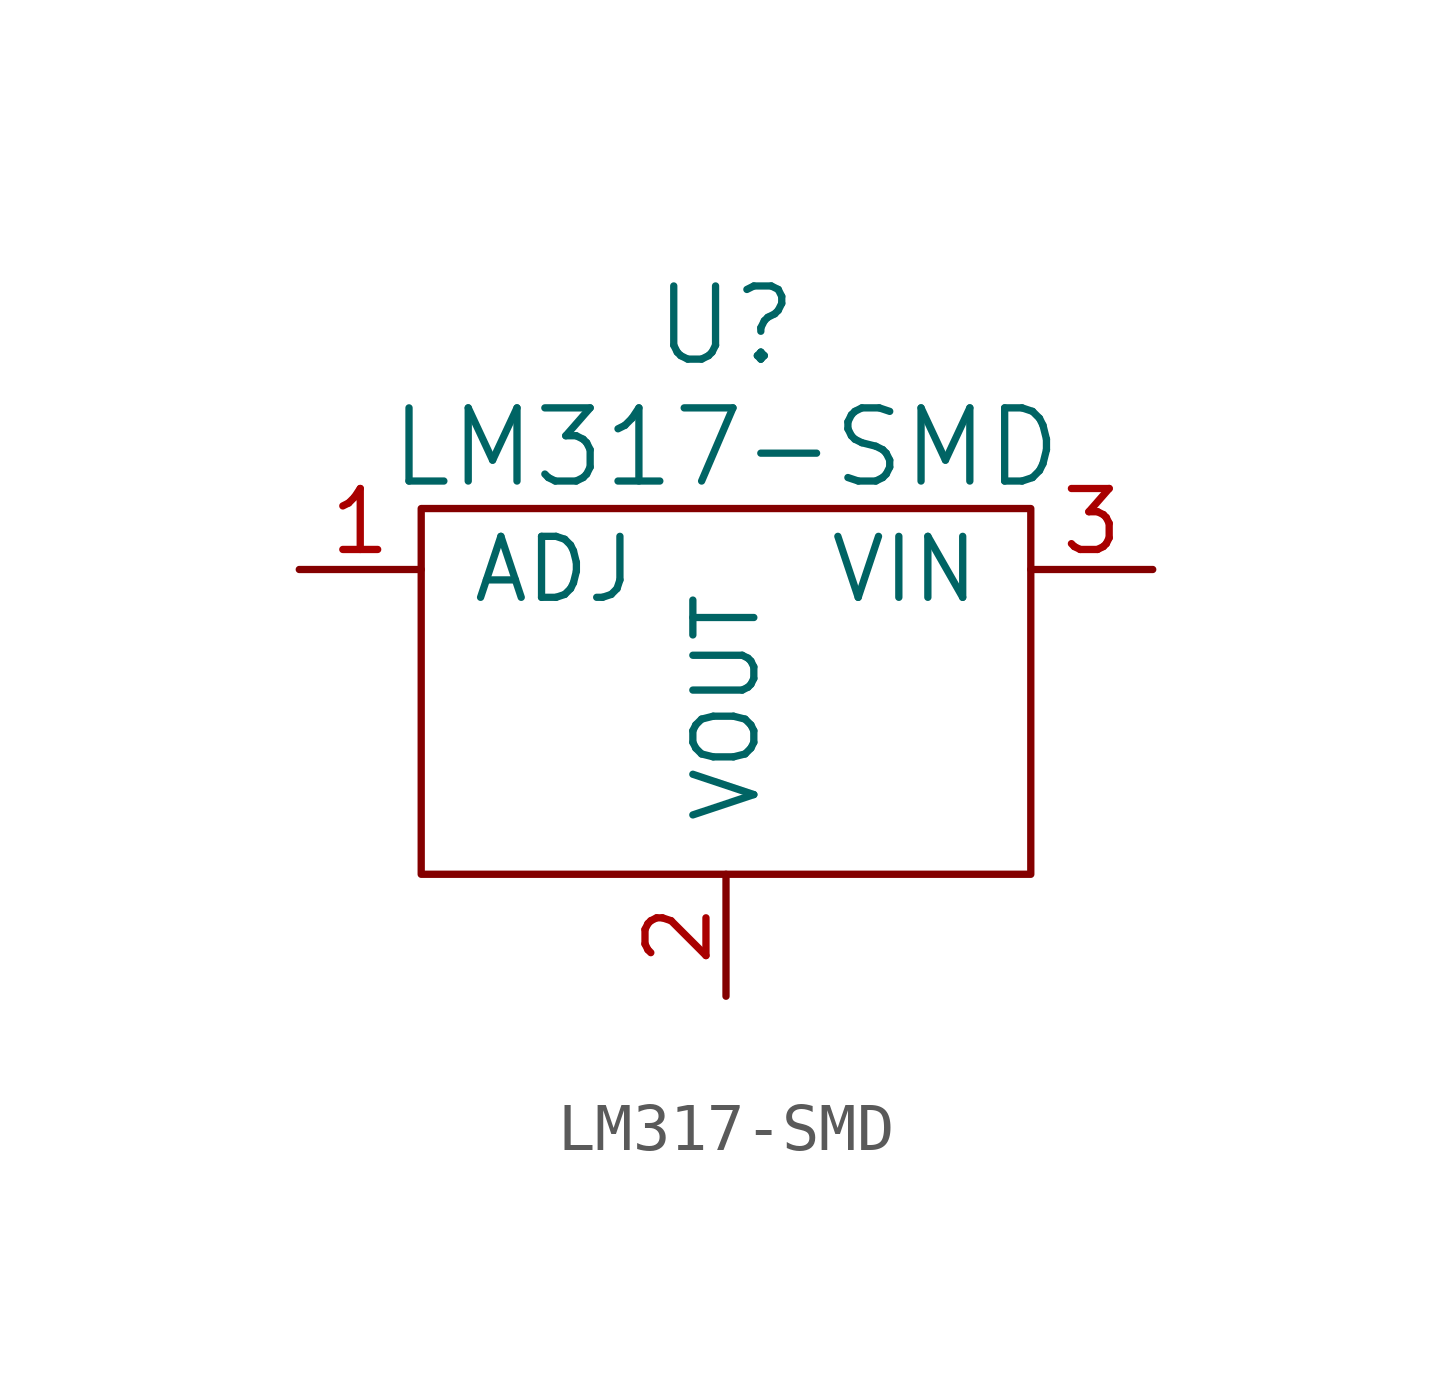
<source format=kicad_sym>
(kicad_symbol_lib
  (version 20220914)
  (generator kicad_symbol_editor)
  (symbol "LM317-SMD"
    (pin_names
      (offset 1.016))
    (property "Reference" "U"
      (at 0 5.08 0)
      (effects (font (size 1.524 1.524))))
    (property "Value" "LM317-SMD"
      (at 0 2.54 0)
      (effects (font (size 1.524 1.524))))
    (property "Footprint" ""
      (at 0 0 0)
      (effects (font (size 1.524 1.524))))
    (property "Datasheet" ""
      (at 0 0 0)
      (effects (font (size 1.524 1.524))))
    (symbol "LM317-SMD_0_1"
      (rectangle (start -6.35 1.27) (end 6.35 -6.35) (stroke (width 0) (type solid)) (fill (type none))))
    (symbol "LM317-SMD_1_1"
      (pin input line (at -8.89 0 0) (length 2.54) (name "ADJ" (effects (font (size 1.27 1.27)))) (number "1" (effects (font (size 1.27 1.27)))))
      (pin input line (at 0 -8.89 90) (length 2.54) (name "VOUT" (effects (font (size 1.27 1.27)))) (number "2" (effects (font (size 1.27 1.27)))))
      (pin input line (at 8.89 0 180) (length 2.54) (name "VIN" (effects (font (size 1.27 1.27)))) (number "3" (effects (font (size 1.27 1.27))))))))
</source>
